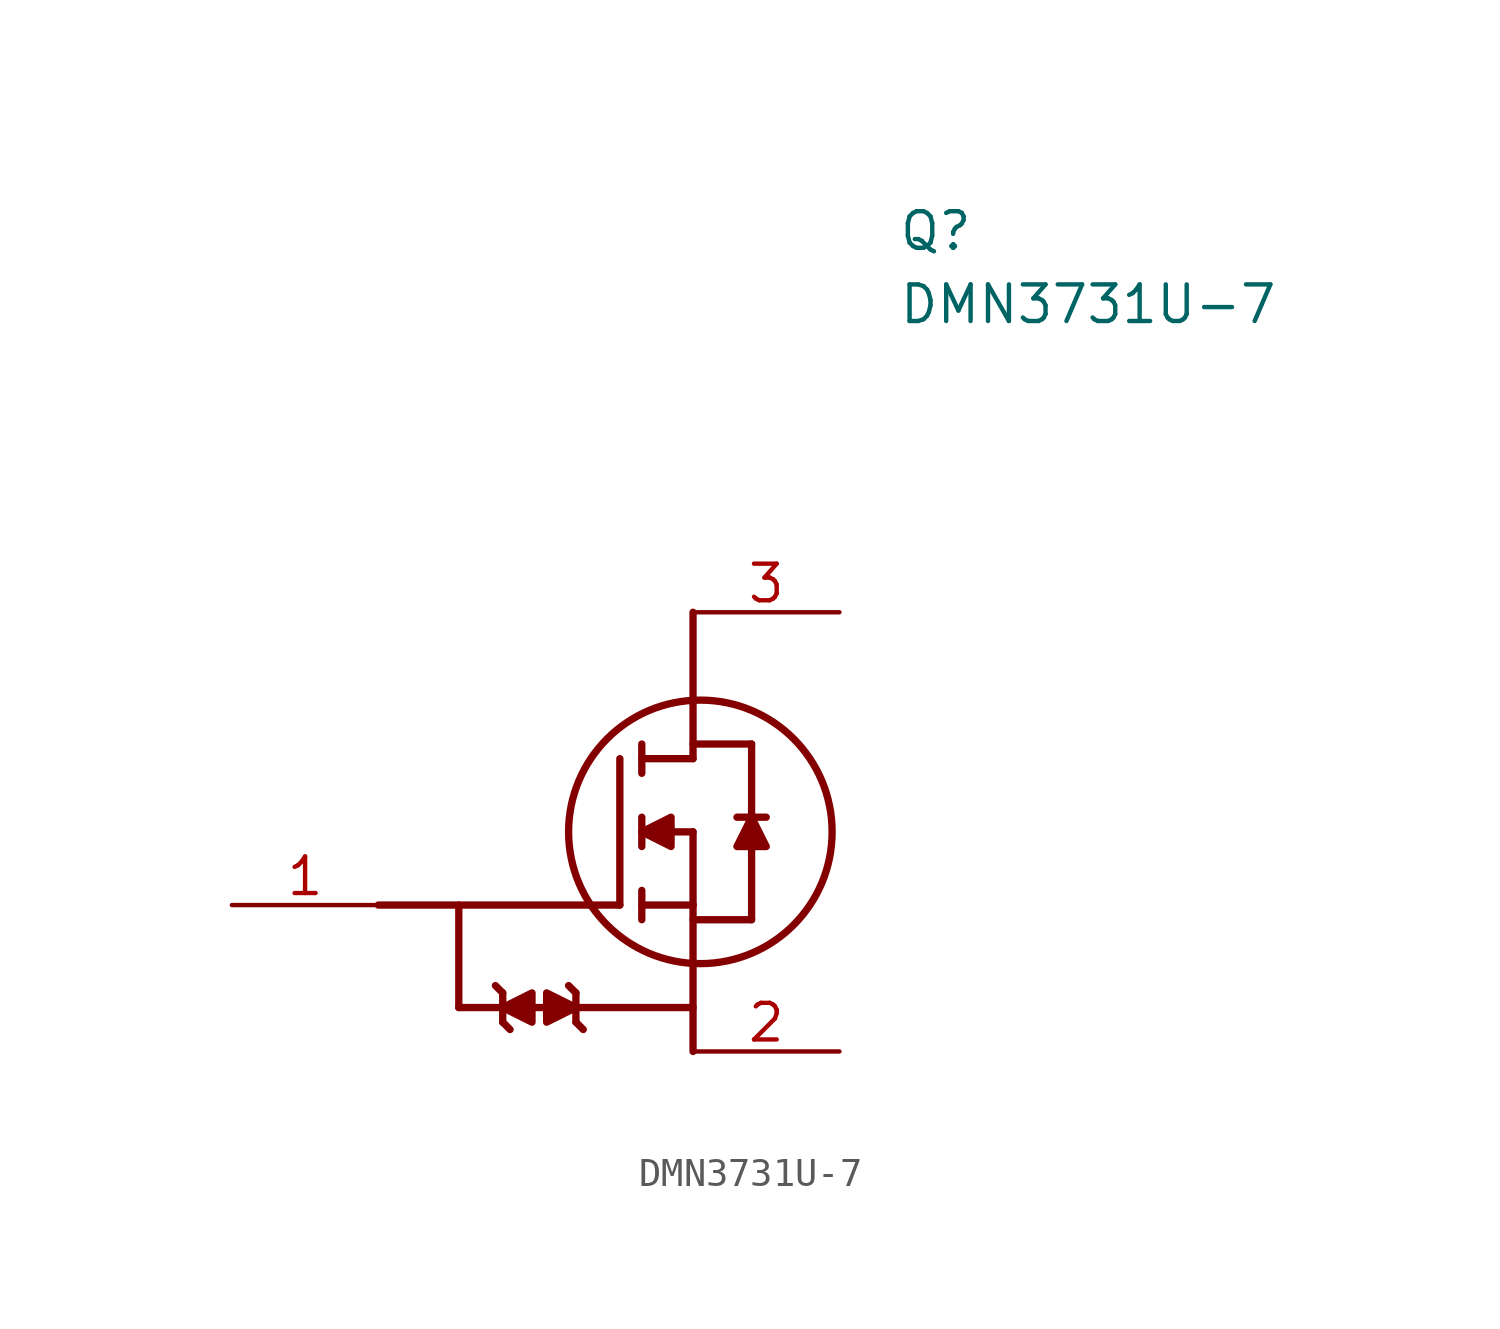
<source format=kicad_sym>
(kicad_symbol_lib
  (version 20211014)
  (generator SamacSys_ECAD_Model)
  (symbol "DMN3731U-7"
    (pin_names hide)
    (property "Reference" "Q"
      (at 14.732 24.13 0)
      (effects (font (size 1.27 1.27)) (justify left top)))
    (property "Value" "DMN3731U-7"
      (at 14.732 21.59 0)
      (effects (font (size 1.27 1.27)) (justify left top)))
    (polyline
      (pts (xy -3.302 0) (xy 5.08 0))
      (stroke (width 0.254) (type default))
      (fill (type none)))
    (polyline
      (pts (xy 5.08 5.08) (xy 5.08 0))
      (stroke (width 0.254) (type default))
      (fill (type none)))
    (polyline
      (pts (xy 7.62 2.54) (xy 5.842 2.54))
      (stroke (width 0.254) (type default))
      (fill (type none)))
    (polyline
      (pts (xy 7.62 5.08) (xy 5.842 5.08))
      (stroke (width 0.254) (type default))
      (fill (type none)))
    (polyline
      (pts (xy 5.842 0) (xy 7.62 0))
      (stroke (width 0.254) (type default))
      (fill (type none)))
    (polyline
      (pts (xy 5.842 5.588) (xy 5.842 4.572))
      (stroke (width 0.254) (type default))
      (fill (type none)))
    (polyline
      (pts (xy 5.842 -0.508) (xy 5.842 0.508))
      (stroke (width 0.254) (type default))
      (fill (type none)))
    (polyline
      (pts (xy 5.842 2.032) (xy 5.842 3.048))
      (stroke (width 0.254) (type default))
      (fill (type none)))
    (polyline
      (pts (xy 9.144 3.048) (xy 10.16 3.048))
      (stroke (width 0.254) (type default))
      (fill (type none)))
    (polyline
      (pts (xy 9.652 3.048) (xy 9.652 5.588))
      (stroke (width 0.254) (type default))
      (fill (type none)))
    (polyline
      (pts (xy 7.62 5.588) (xy 9.652 5.588))
      (stroke (width 0.254) (type default))
      (fill (type none)))
    (polyline
      (pts (xy 9.652 2.032) (xy 9.652 -0.508))
      (stroke (width 0.254) (type default))
      (fill (type none)))
    (polyline
      (pts (xy 7.62 -0.508) (xy 9.652 -0.508))
      (stroke (width 0.254) (type default))
      (fill (type none)))
    (polyline
      (pts (xy 7.62 0) (xy 7.62 -5.08))
      (stroke (width 0.254) (type default))
      (fill (type none)))
    (polyline
      (pts (xy 7.62 10.16) (xy 7.62 5.08))
      (stroke (width 0.254) (type default))
      (fill (type none)))
    (polyline
      (pts (xy 7.62 2.54) (xy 7.62 0))
      (stroke (width 0.254) (type default))
      (fill (type none)))
    (polyline
      (pts (xy 7.62 -3.556) (xy -0.508 -3.556))
      (stroke (width 0.254) (type default))
      (fill (type none)))
    (polyline
      (pts (xy -0.508 0) (xy -0.508 -3.556))
      (stroke (width 0.254) (type default))
      (fill (type none)))
    (polyline
      (pts (xy 1.016 -4.064) (xy 1.016 -3.048))
      (stroke (width 0.254) (type default))
      (fill (type none)))
    (polyline
      (pts (xy 3.556 -4.064) (xy 3.556 -3.048))
      (stroke (width 0.254) (type default))
      (fill (type none)))
    (polyline
      (pts (xy 1.016 -3.048) (xy 0.762 -2.794))
      (stroke (width 0.254) (type default))
      (fill (type none)))
    (polyline
      (pts (xy 1.016 -4.064) (xy 1.27 -4.318))
      (stroke (width 0.254) (type default))
      (fill (type none)))
    (polyline
      (pts (xy 3.556 -3.048) (xy 3.302 -2.794))
      (stroke (width 0.254) (type default))
      (fill (type none)))
    (polyline
      (pts (xy 3.81 -4.318) (xy 3.556 -4.064))
      (stroke (width 0.254) (type default))
      (fill (type none)))
    (circle
      (center 7.874 2.54)
      (radius 4.572)
      (stroke (width 0.254) (type default))
      (fill (type none)))
    (polyline
      (pts (xy 5.842 2.54) (xy 6.858 2.032) (xy 6.858 3.048) (xy 5.842 2.54))
      (stroke (width 0.254) (type default))
      (fill (type outline)))
    (polyline
      (pts (xy 9.652 3.048) (xy 9.144 2.032) (xy 10.16 2.032) (xy 9.652 3.048))
      (stroke (width 0.254) (type default))
      (fill (type outline)))
    (polyline
      (pts (xy 1.016 -3.556) (xy 2.032 -4.064) (xy 2.032 -3.048) (xy 1.016 -3.556))
      (stroke (width 0.254) (type default))
      (fill (type outline)))
    (polyline
      (pts (xy 3.556 -3.556) (xy 2.54 -4.064) (xy 2.54 -3.048) (xy 3.556 -3.556))
      (stroke (width 0.254) (type default))
      (fill (type outline)))
    (pin passive line
      (at -8.382 0 0)
      (length 5.08)
      (name "G" (effects (font (size 1.27 1.27))))
      (number "1" (effects (font (size 1.27 1.27)))))
    (pin passive line
      (at 12.7 -5.08 180)
      (length 5.08)
      (name "S" (effects (font (size 1.27 1.27))))
      (number "2" (effects (font (size 1.27 1.27)))))
    (pin passive line
      (at 12.7 10.16 180)
      (length 5.08)
      (name "D" (effects (font (size 1.27 1.27))))
      (number "3" (effects (font (size 1.27 1.27)))))))
</source>
